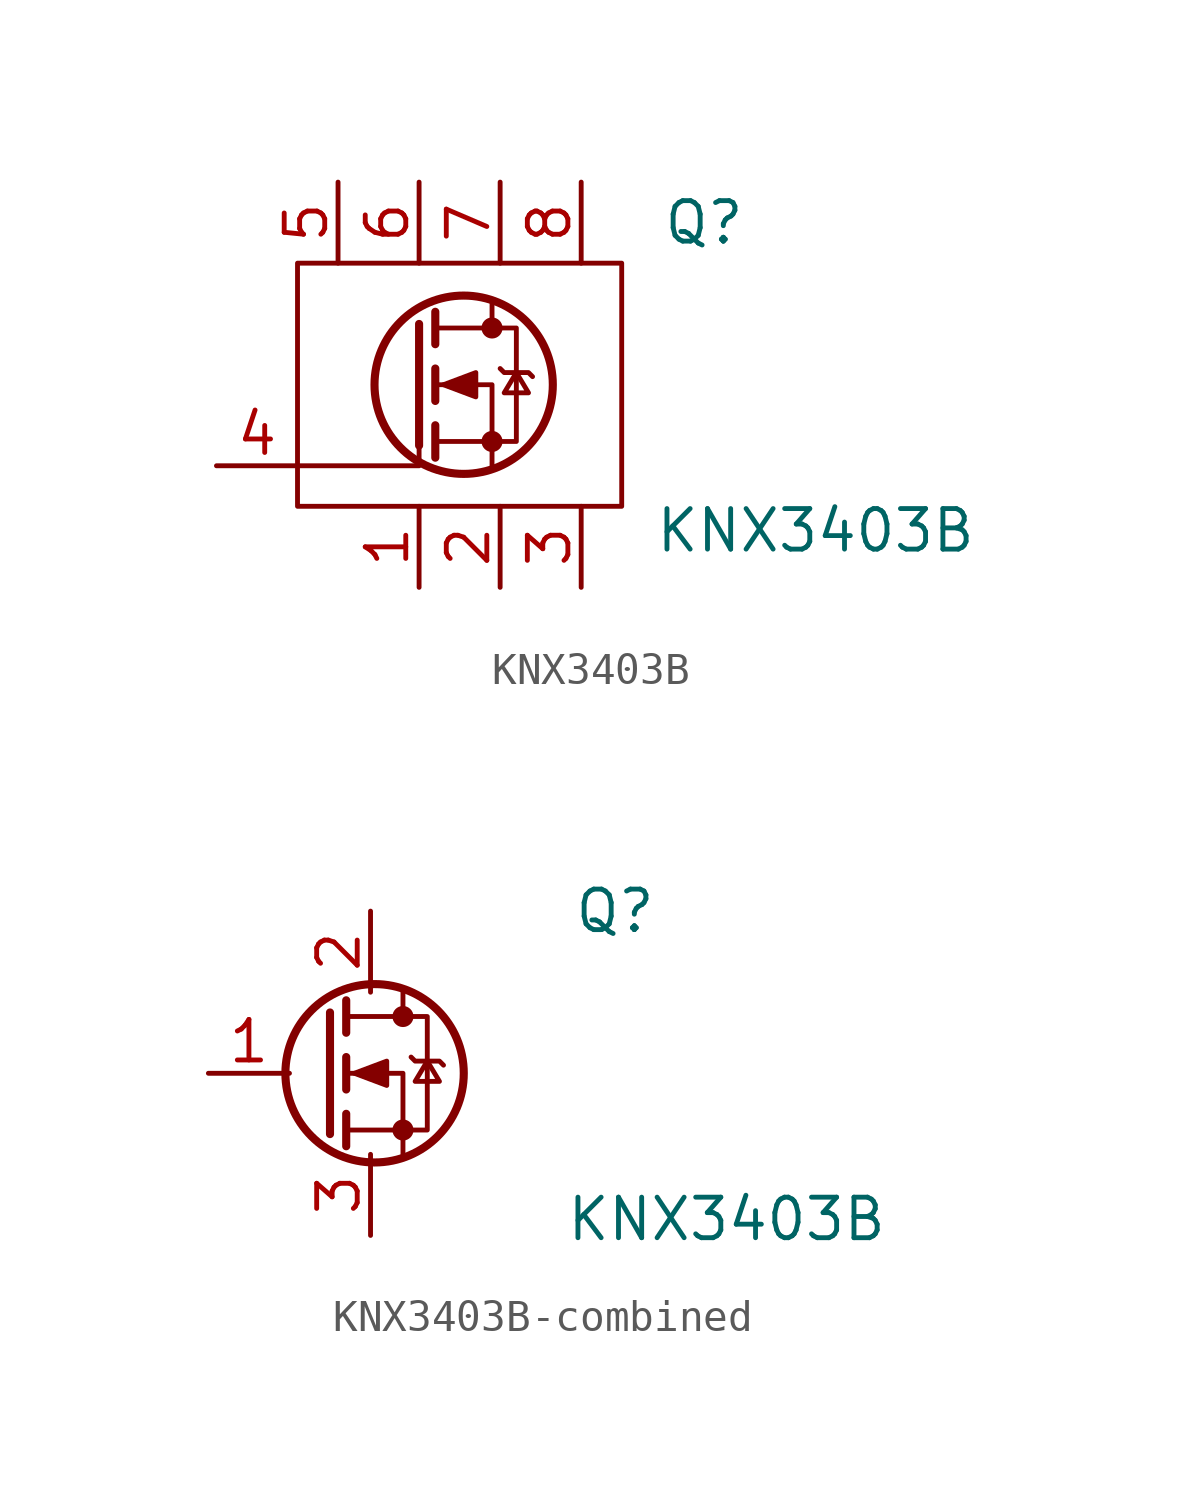
<source format=kicad_sym>
(kicad_symbol_lib
  (version 20231120)
  (generator "kicad_symbol_editor")
  (generator_version "8.0")
  (symbol "KNX3403B"
    (pin_names
      (offset 0) hide)
    (property "Reference" "Q"
      (at 6.35 5.08 0)
      (effects (font (size 1.27 1.27)) (justify left)))
    (property "Value" "KNX3403B"
      (at 6.096 -4.572 0)
      (effects (font (size 1.27 1.27)) (justify left)))
    (symbol "KNX3403B_0_1"
      (rectangle (start -5.08 3.81) (end 5.08 -3.81) (stroke (width 0) (type default)) (fill (type none)))
      (polyline (pts (xy -1.27 1.905) (xy -1.27 -1.905)) (stroke (width 0.254) (type default)) (fill (type none)))
      (polyline (pts (xy -0.762 -1.27) (xy -0.762 -2.286)) (stroke (width 0.254) (type default)) (fill (type none)))
      (polyline (pts (xy -0.762 0.508) (xy -0.762 -0.508)) (stroke (width 0.254) (type default)) (fill (type none)))
      (polyline (pts (xy -0.762 2.286) (xy -0.762 1.27)) (stroke (width 0.254) (type default)) (fill (type none)))
      (polyline (pts (xy 1.016 2.54) (xy 1.016 1.778)) (stroke (width 0) (type default)) (fill (type none)))
      (polyline (pts (xy -5.08 -2.54) (xy -1.27 -2.54) (xy -1.27 -1.27)) (stroke (width 0) (type default)) (fill (type none)))
      (polyline (pts (xy 1.016 -2.54) (xy 1.016 0) (xy -0.762 0)) (stroke (width 0) (type default)) (fill (type none)))
      (polyline (pts (xy -0.762 -1.778) (xy 1.778 -1.778) (xy 1.778 1.778) (xy -0.762 1.778)) (stroke (width 0) (type default)) (fill (type none)))
      (polyline (pts (xy -0.508 0) (xy 0.508 0.381) (xy 0.508 -0.381) (xy -0.508 0)) (stroke (width 0) (type default)) (fill (type outline)))
      (polyline (pts (xy 1.27 0.508) (xy 1.397 0.381) (xy 2.159 0.381) (xy 2.286 0.254)) (stroke (width 0) (type default)) (fill (type none)))
      (polyline (pts (xy 1.778 0.381) (xy 1.397 -0.254) (xy 2.159 -0.254) (xy 1.778 0.381)) (stroke (width 0) (type default)) (fill (type none)))
      (circle (center 0.127 0) (radius 2.794) (stroke (width 0.254) (type default)) (fill (type none)))
      (circle (center 1.016 -1.778) (radius 0.254) (stroke (width 0) (type default)) (fill (type outline)))
      (circle (center 1.016 1.778) (radius 0.254) (stroke (width 0) (type default)) (fill (type outline))))
    (symbol "KNX3403B_1_1"
      (pin passive line (at -1.27 -6.35 90) (length 2.54) (name "S" (effects (font (size 1.27 1.27)))) (number "1" (effects (font (size 1.27 1.27)))))
      (pin passive line (at 1.27 -6.35 90) (length 2.54) (name "S" (effects (font (size 1.27 1.27)))) (number "2" (effects (font (size 1.27 1.27)))))
      (pin passive line (at 3.81 -6.35 90) (length 2.54) (name "S" (effects (font (size 1.27 1.27)))) (number "3" (effects (font (size 1.27 1.27)))))
      (pin input line (at -7.62 -2.54 0) (length 2.54) (name "G" (effects (font (size 1.27 1.27)))) (number "4" (effects (font (size 1.27 1.27)))))
      (pin passive line (at -3.81 6.35 270) (length 2.54) (name "D" (effects (font (size 1.27 1.27)))) (number "5" (effects (font (size 1.27 1.27)))))
      (pin passive line (at -1.27 6.35 270) (length 2.54) (name "D" (effects (font (size 1.27 1.27)))) (number "6" (effects (font (size 1.27 1.27)))))
      (pin passive line (at 1.27 6.35 270) (length 2.54) (name "D" (effects (font (size 1.27 1.27)))) (number "7" (effects (font (size 1.27 1.27)))))
      (pin passive line (at 3.81 6.35 270) (length 2.54) (name "D" (effects (font (size 1.27 1.27)))) (number "8" (effects (font (size 1.27 1.27)))))))
  (symbol "KNX3403B-combined"
    (pin_names
      (offset 0) hide)
    (property "Reference" "Q"
      (at 6.35 5.08 0)
      (effects (font (size 1.27 1.27)) (justify left)))
    (property "Value" "KNX3403B"
      (at 6.096 -4.572 0)
      (effects (font (size 1.27 1.27)) (justify left)))
    (symbol "KNX3403B-combined_0_1"
      (polyline (pts (xy -1.27 1.905) (xy -1.27 -1.905)) (stroke (width 0.254) (type default)) (fill (type none)))
      (polyline (pts (xy -0.762 -1.27) (xy -0.762 -2.286)) (stroke (width 0.254) (type default)) (fill (type none)))
      (polyline (pts (xy -0.762 0.508) (xy -0.762 -0.508)) (stroke (width 0.254) (type default)) (fill (type none)))
      (polyline (pts (xy -0.762 2.286) (xy -0.762 1.27)) (stroke (width 0.254) (type default)) (fill (type none)))
      (polyline (pts (xy 1.016 2.54) (xy 1.016 1.778)) (stroke (width 0) (type default)) (fill (type none)))
      (polyline (pts (xy 1.016 -2.54) (xy 1.016 0) (xy -0.762 0)) (stroke (width 0) (type default)) (fill (type none)))
      (polyline (pts (xy -0.762 -1.778) (xy 1.778 -1.778) (xy 1.778 1.778) (xy -0.762 1.778)) (stroke (width 0) (type default)) (fill (type none)))
      (polyline (pts (xy -0.508 0) (xy 0.508 0.381) (xy 0.508 -0.381) (xy -0.508 0)) (stroke (width 0) (type default)) (fill (type outline)))
      (polyline (pts (xy 1.27 0.508) (xy 1.397 0.381) (xy 2.159 0.381) (xy 2.286 0.254)) (stroke (width 0) (type default)) (fill (type none)))
      (polyline (pts (xy 1.778 0.381) (xy 1.397 -0.254) (xy 2.159 -0.254) (xy 1.778 0.381)) (stroke (width 0) (type default)) (fill (type none)))
      (circle (center 0.127 0) (radius 2.794) (stroke (width 0.254) (type default)) (fill (type none)))
      (circle (center 1.016 -1.778) (radius 0.254) (stroke (width 0) (type default)) (fill (type outline)))
      (circle (center 1.016 1.778) (radius 0.254) (stroke (width 0) (type default)) (fill (type outline))))
    (symbol "KNX3403B-combined_1_1"
      (pin input line (at -5.08 0 0) (length 2.54) (name "G" (effects (font (size 1.27 1.27)))) (number "1" (effects (font (size 1.27 1.27)))))
      (pin passive line (at 0 5.08 270) (length 2.54) (name "D" (effects (font (size 1.27 1.27)))) (number "2" (effects (font (size 1.27 1.27)))))
      (pin passive line (at 0 -5.08 90) (length 2.54) (name "S" (effects (font (size 1.27 1.27)))) (number "3" (effects (font (size 1.27 1.27))))))))
</source>
